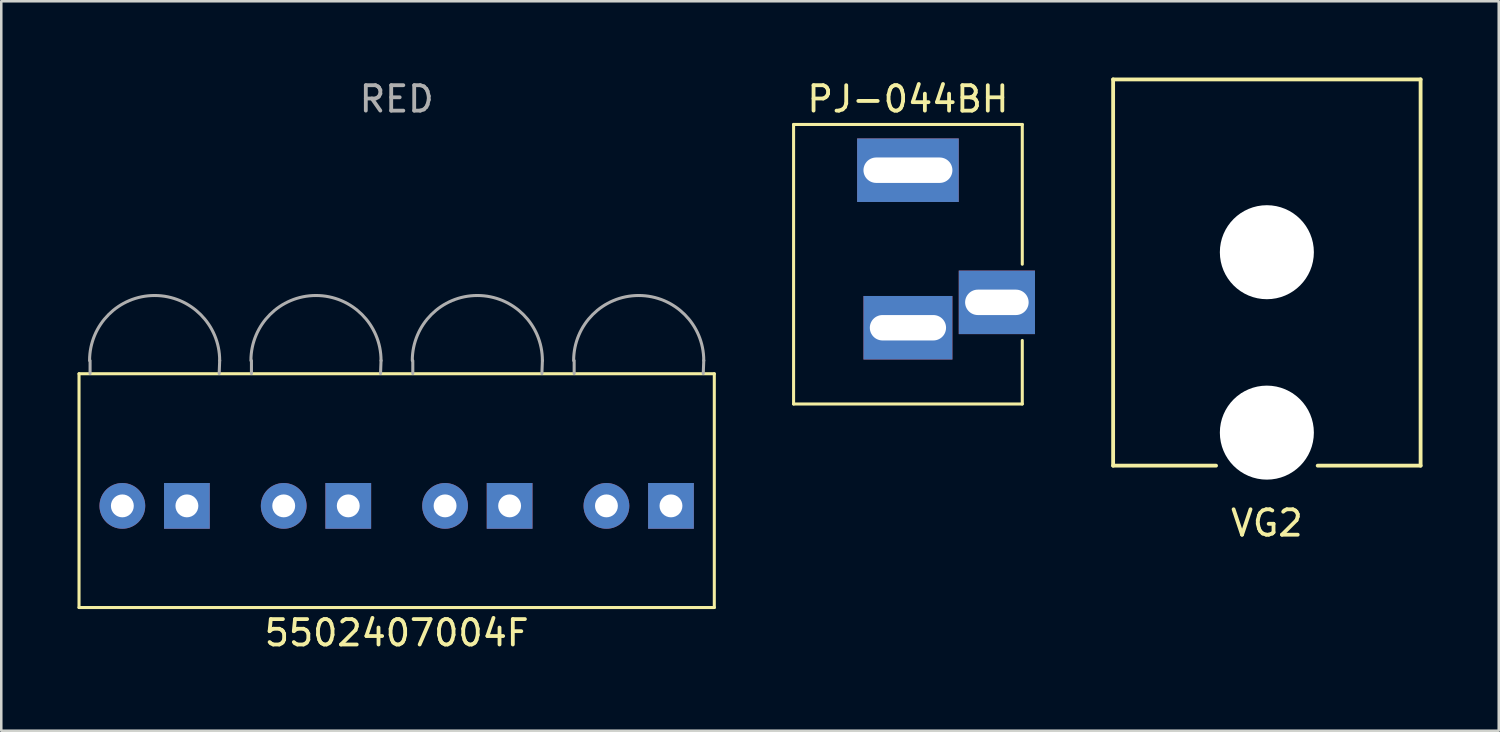
<source format=kicad_pcb>
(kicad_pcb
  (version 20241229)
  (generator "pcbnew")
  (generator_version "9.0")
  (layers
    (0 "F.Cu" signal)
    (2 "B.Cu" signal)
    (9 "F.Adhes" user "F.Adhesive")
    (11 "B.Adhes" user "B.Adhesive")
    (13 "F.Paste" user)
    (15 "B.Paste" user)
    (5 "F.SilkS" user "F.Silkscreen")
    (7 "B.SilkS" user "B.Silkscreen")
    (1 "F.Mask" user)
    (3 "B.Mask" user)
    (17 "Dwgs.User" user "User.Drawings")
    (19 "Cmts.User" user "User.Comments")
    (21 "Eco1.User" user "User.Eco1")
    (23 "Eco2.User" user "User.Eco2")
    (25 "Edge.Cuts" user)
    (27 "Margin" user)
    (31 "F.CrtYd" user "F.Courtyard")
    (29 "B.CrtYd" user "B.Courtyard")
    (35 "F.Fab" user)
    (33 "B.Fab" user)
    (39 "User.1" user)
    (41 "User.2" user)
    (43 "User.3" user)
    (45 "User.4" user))
  (footprint "PJ-044BH"
    (layer "F.Cu")
    (at 32.68 8.848)
    (property "Reference" "PJ-044BH" (at 0 -8 0) (layer "F.SilkS") (effects (font (size 1 1) (thickness 0.15))))
    (attr through_hole)
    (fp_line (start -4.5 -7) (end -4.5 4) (stroke (width 0.12) (type solid)) (layer "F.SilkS"))
    (fp_line (start -4.5 4) (end 4.5 4) (stroke (width 0.12) (type solid)) (layer "F.SilkS"))
    (fp_line (start 4.5 -7) (end -4.5 -7) (stroke (width 0.12) (type solid)) (layer "F.SilkS"))
    (fp_line (start 4.5 -7) (end 4.5 -1.5) (stroke (width 0.12) (type solid)) (layer "F.SilkS"))
    (fp_line (start 4.5 1.5) (end 4.5 4) (stroke (width 0.12) (type solid)) (layer "F.SilkS"))
    (pad "1" thru_hole rect (at 0 -5.2) (size 4 2.5) (drill oval 3.5 1) (layers "*.Cu" "*.Mask"))
    (pad "2" thru_hole rect (at 0 1) (size 3.5 2.5) (drill oval 3 1) (layers "*.Cu" "*.Mask"))
    (pad "3" thru_hole rect (at 3.5 0) (size 3 2.5) (drill oval 2.5 1) (layers "*.Cu" "*.Mask")))
  (footprint "VG2"
    (layer "F.Cu")
    (at 46.805 10.425)
    (property "Reference" "VG2" (at 0 7.112 0) (layer "F.SilkS") (effects (font (size 1 1) (thickness 0.15))))
    (attr through_hole)
    (fp_line (start -6.05 -10.35) (end -6.05 4.85) (stroke (width 0.15) (type solid)) (layer "F.SilkS"))
    (fp_line (start -6.05 -10.35) (end 6.05 -10.35) (stroke (width 0.15) (type solid)) (layer "F.SilkS"))
    (fp_line (start -6.05 4.85) (end -2 4.85) (stroke (width 0.15) (type solid)) (layer "F.SilkS"))
    (fp_line (start 6.05 -10.35) (end 6.05 4.85) (stroke (width 0.15) (type solid)) (layer "F.SilkS"))
    (fp_line (start 6.05 4.85) (end 2 4.85) (stroke (width 0.15) (type solid)) (layer "F.SilkS"))
    (fp_line (start -0.95 2.05) (end -0.95 4.85) (stroke (width 0.12) (type solid)) (layer "Dwgs.User"))
    (fp_line (start -0.95 2.05) (end 0.95 2.05) (stroke (width 0.12) (type solid)) (layer "Dwgs.User"))
    (fp_line (start 0.95 2.05) (end 0.95 4.85) (stroke (width 0.12) (type solid)) (layer "Dwgs.User"))
    (pad "" np_thru_hole circle (at 0 -3.55) (size 3.7 3.7) (drill 3.7) (layers "*.Cu" "*.Mask"))
    (pad "" np_thru_hole circle (at 0 3.55) (size 3.7 3.7) (drill 3.7) (layers "*.Cu" "*.Mask")))
  (footprint "5502407004F"
    (layer "F.Cu")
    (at 12.56 20.414)
    (property "Reference" "5502407004F" (at 0 1.444 0) (layer "F.SilkS") (effects (font (size 1 1) (thickness 0.15))))
    (attr through_hole)
    (fp_line (start -12.5 -8.756) (end -12.5 0.444) (stroke (width 0.12) (type solid)) (layer "F.SilkS"))
    (fp_line (start -12.5 0.444) (end 12.5 0.444) (stroke (width 0.12) (type solid)) (layer "F.SilkS"))
    (fp_line (start 12.5 -8.756) (end -12.5 -8.756) (stroke (width 0.12) (type solid)) (layer "F.SilkS"))
    (fp_line (start 12.5 0.444) (end 12.5 -8.756) (stroke (width 0.12) (type solid)) (layer "F.SilkS"))
    (fp_line (start -12.065 -9.271) (end -12.065 -8.763) (stroke (width 0.12) (type solid)) (layer "F.Fab"))
    (fp_line (start -10.795 -3.556) (end -10.795 -3.556) (stroke (width 0.1) (type solid)) (layer "F.Fab"))
    (fp_line (start -8.255 -3.556) (end -8.255 -3.556) (stroke (width 0.1) (type solid)) (layer "F.Fab"))
    (fp_line (start -6.965 -9.275) (end -6.985 -8.763) (stroke (width 0.12) (type solid)) (layer "F.Fab"))
    (fp_line (start -5.715 -9.271) (end -5.715 -8.763) (stroke (width 0.12) (type solid)) (layer "F.Fab"))
    (fp_line (start -4.445 -3.556) (end -4.445 -3.556) (stroke (width 0.1) (type solid)) (layer "F.Fab"))
    (fp_line (start -1.905 -3.556) (end -1.905 -3.556) (stroke (width 0.1) (type solid)) (layer "F.Fab"))
    (fp_line (start -0.615 -9.275) (end -0.635 -8.763) (stroke (width 0.12) (type solid)) (layer "F.Fab"))
    (fp_line (start 0.635 -9.271) (end 0.635 -8.763) (stroke (width 0.12) (type solid)) (layer "F.Fab"))
    (fp_line (start 1.905 -3.556) (end 1.905 -3.556) (stroke (width 0.1) (type solid)) (layer "F.Fab"))
    (fp_line (start 4.445 -3.556) (end 4.445 -3.556) (stroke (width 0.1) (type solid)) (layer "F.Fab"))
    (fp_line (start 5.735 -9.275) (end 5.715 -8.763) (stroke (width 0.12) (type solid)) (layer "F.Fab"))
    (fp_line (start 6.985 -9.271) (end 6.985 -8.763) (stroke (width 0.12) (type solid)) (layer "F.Fab"))
    (fp_line (start 8.255 -3.556) (end 8.255 -3.556) (stroke (width 0.1) (type solid)) (layer "F.Fab"))
    (fp_line (start 10.795 -3.556) (end 10.795 -3.556) (stroke (width 0.1) (type solid)) (layer "F.Fab"))
    (fp_line (start 12.085 -9.275) (end 12.065 -8.763) (stroke (width 0.12) (type solid)) (layer "F.Fab"))
    (fp_arc (start -12.085 -9.275) (mid -9.525 -11.835) (end -6.965 -9.275) (stroke (width 0.12) (type solid)) (layer "F.Fab"))
    (fp_arc (start -5.735 -9.275) (mid -3.175 -11.835) (end -0.615 -9.275) (stroke (width 0.12) (type solid)) (layer "F.Fab"))
    (fp_arc (start 0.615 -9.275) (mid 3.175 -11.835) (end 5.735 -9.275) (stroke (width 0.12) (type solid)) (layer "F.Fab"))
    (fp_arc (start 6.965 -9.275) (mid 9.525 -11.835) (end 12.085 -9.275) (stroke (width 0.12) (type solid)) (layer "F.Fab"))
    (fp_text user "RED" (at 0 -19.566 0) (layer "F.Fab") (effects (font (size 1 1) (thickness 0.15))))
    (pad "1" thru_hole rect (at 10.795 -3.556 180) (size 1.8 1.8) (drill 0.9) (layers "*.Cu" "*.Mask"))
    (pad "2" thru_hole circle (at 8.255 -3.556 180) (size 1.8 1.8) (drill 0.9) (layers "*.Cu" "*.Mask"))
    (pad "3" thru_hole rect (at 4.445 -3.556 180) (size 1.8 1.8) (drill 0.9) (layers "*.Cu" "*.Mask"))
    (pad "4" thru_hole circle (at 1.905 -3.556 180) (size 1.8 1.8) (drill 0.9) (layers "*.Cu" "*.Mask"))
    (pad "5" thru_hole rect (at -1.905 -3.556 180) (size 1.8 1.8) (drill 0.9) (layers "*.Cu" "*.Mask"))
    (pad "6" thru_hole circle (at -4.445 -3.556 180) (size 1.8 1.8) (drill 0.9) (layers "*.Cu" "*.Mask"))
    (pad "7" thru_hole rect (at -8.255 -3.556 180) (size 1.8 1.8) (drill 0.9) (layers "*.Cu" "*.Mask"))
    (pad "8" thru_hole circle (at -10.795 -3.556 180) (size 1.8 1.8) (drill 0.9) (layers "*.Cu" "*.Mask")))
  (gr_rect
    (start -3 -3)
    (end 55.93 25.706)
    (stroke (width 0.1) (type default))
    (fill no)
    (layer "Edge.Cuts")))
</source>
